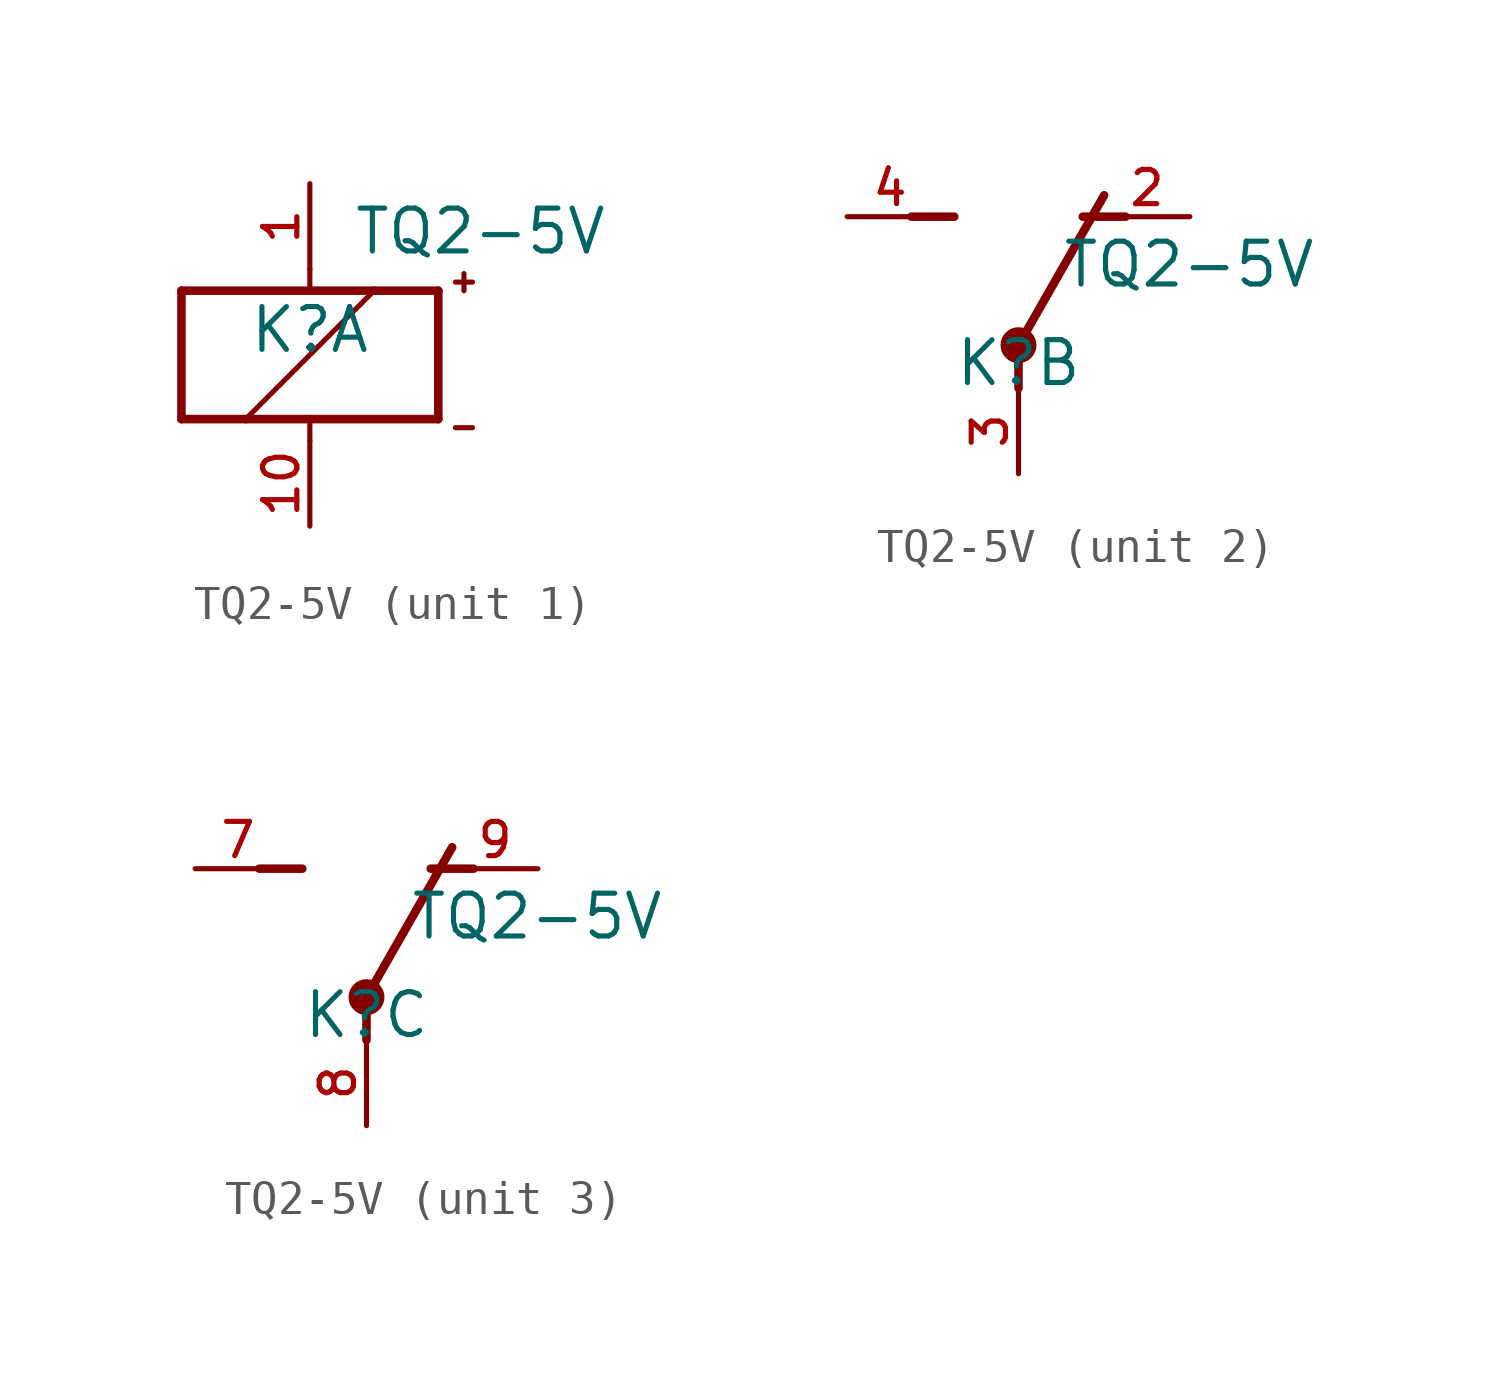
<source format=kicad_sym>
(kicad_symbol_lib
  (version 20211014)
  (generator kicad_symbol_editor)
  (symbol "TQ2-5V"
    (pin_names
      (offset 1.016))
    (property "Reference" "K"
      (at 0 0 0)
      (effects (font (size 1.27 1.27)) (justify bottom)))
    (property "Value" "TQ2-5V"
      (at 1.27 2.921 0)
      (effects (font (size 1.27 1.27)) (justify bottom left)))
    (symbol "TQ2-5V_1_0"
      (polyline (pts (xy -3.81 -1.905) (xy -1.905 -1.905)) (stroke (width 0.254)))
      (polyline (pts (xy 3.81 -1.905) (xy 3.81 1.905)) (stroke (width 0.254)))
      (polyline (pts (xy 3.81 1.905) (xy 1.905 1.905)) (stroke (width 0.254)))
      (polyline (pts (xy -3.81 1.905) (xy -3.81 -1.905)) (stroke (width 0.254)))
      (polyline (pts (xy 0.0 -2.54) (xy 0.0 -1.905)) (stroke (width 0.152)))
      (polyline (pts (xy 0.0 -1.905) (xy 3.81 -1.905)) (stroke (width 0.254)))
      (polyline (pts (xy 0.0 2.54) (xy 0.0 1.905)) (stroke (width 0.152)))
      (polyline (pts (xy 0.0 1.905) (xy -3.81 1.905)) (stroke (width 0.254)))
      (polyline (pts (xy -1.905 -1.905) (xy 1.905 1.905)) (stroke (width 0.152)))
      (polyline (pts (xy -1.905 -1.905) (xy 0.0 -1.905)) (stroke (width 0.254)))
      (polyline (pts (xy 1.905 1.905) (xy 0.0 1.905)) (stroke (width 0.254)))
      (polyline (pts (xy 4.318 2.159) (xy 4.826 2.159)) (stroke (width 0.152)))
      (polyline (pts (xy 4.572 2.413) (xy 4.572 1.905)) (stroke (width 0.152)))
      (polyline (pts (xy 4.318 -2.159) (xy 4.826 -2.159)) (stroke (width 0.152)))
      (pin passive line (at 0.0 -5.08 90.0) (length 2.54) (name "~" (effects (font (size 1.016 1.016)))) (number "10" (effects (font (size 1.016 1.016)))))
      (pin passive line (at 0.0 5.08 270.0) (length 2.54) (name "~" (effects (font (size 1.016 1.016)))) (number "1" (effects (font (size 1.016 1.016))))))
    (symbol "TQ2-5V_2_0"
      (polyline (pts (xy 3.175 5.08) (xy 1.905 5.08)) (stroke (width 0.254)))
      (polyline (pts (xy -3.175 5.08) (xy -1.905 5.08)) (stroke (width 0.254)))
      (polyline (pts (xy 0.0 1.27) (xy 2.54 5.715)) (stroke (width 0.254)))
      (polyline (pts (xy 0.0 1.27) (xy 0.0 0.0)) (stroke (width 0.254)))
      (circle (center 0.0 1.27) (radius 0.127) (stroke (width 0.406)) (fill (type none)))
      (pin passive line (at 5.08 5.08 180.0) (length 2.54) (name "~" (effects (font (size 1.016 1.016)))) (number "2" (effects (font (size 1.016 1.016)))))
      (pin passive line (at -5.08 5.08 0) (length 2.54) (name "~" (effects (font (size 1.016 1.016)))) (number "4" (effects (font (size 1.016 1.016)))))
      (pin passive line (at 0.0 -2.54 90.0) (length 2.54) (name "~" (effects (font (size 1.016 1.016)))) (number "3" (effects (font (size 1.016 1.016))))))
    (symbol "TQ2-5V_3_0"
      (polyline (pts (xy 3.175 5.08) (xy 1.905 5.08)) (stroke (width 0.254)))
      (polyline (pts (xy -3.175 5.08) (xy -1.905 5.08)) (stroke (width 0.254)))
      (polyline (pts (xy 0.0 1.27) (xy 2.54 5.715)) (stroke (width 0.254)))
      (polyline (pts (xy 0.0 1.27) (xy 0.0 0.0)) (stroke (width 0.254)))
      (circle (center 0.0 1.27) (radius 0.127) (stroke (width 0.406)) (fill (type none)))
      (pin passive line (at 5.08 5.08 180.0) (length 2.54) (name "~" (effects (font (size 1.016 1.016)))) (number "9" (effects (font (size 1.016 1.016)))))
      (pin passive line (at -5.08 5.08 0) (length 2.54) (name "~" (effects (font (size 1.016 1.016)))) (number "7" (effects (font (size 1.016 1.016)))))
      (pin passive line (at 0.0 -2.54 90.0) (length 2.54) (name "~" (effects (font (size 1.016 1.016)))) (number "8" (effects (font (size 1.016 1.016))))))))
</source>
